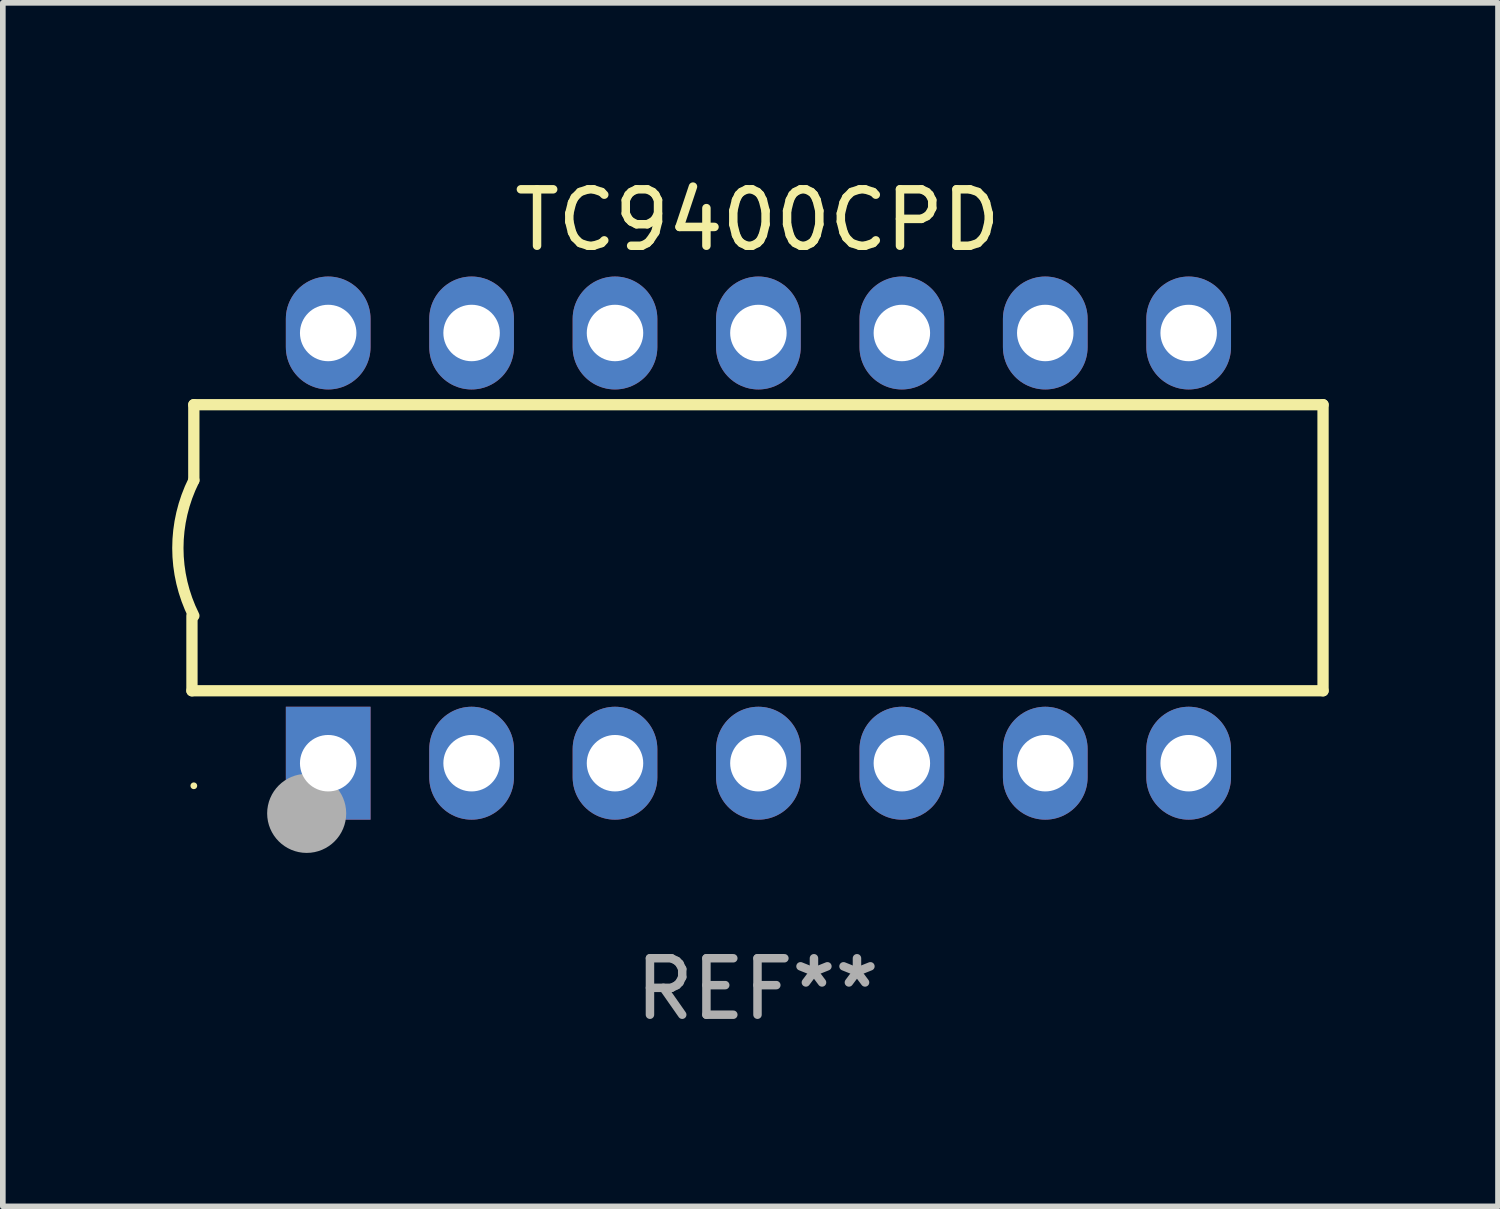
<source format=kicad_pcb>
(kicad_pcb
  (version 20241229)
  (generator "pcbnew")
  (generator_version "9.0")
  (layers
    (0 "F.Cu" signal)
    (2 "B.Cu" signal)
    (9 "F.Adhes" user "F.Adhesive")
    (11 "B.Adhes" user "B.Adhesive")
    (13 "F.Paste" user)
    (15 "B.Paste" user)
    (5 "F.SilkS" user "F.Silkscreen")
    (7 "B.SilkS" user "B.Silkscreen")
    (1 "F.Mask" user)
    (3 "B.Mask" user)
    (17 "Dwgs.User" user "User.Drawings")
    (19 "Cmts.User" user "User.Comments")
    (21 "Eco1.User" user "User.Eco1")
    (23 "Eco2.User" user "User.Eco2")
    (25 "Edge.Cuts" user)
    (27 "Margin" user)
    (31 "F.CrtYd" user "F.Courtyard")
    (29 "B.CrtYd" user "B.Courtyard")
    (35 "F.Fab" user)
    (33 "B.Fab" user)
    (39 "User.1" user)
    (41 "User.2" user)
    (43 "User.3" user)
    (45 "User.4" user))
  (footprint "TC9400CPD"
    (layer "F.Cu")
    (at 10.367 6.658)
    (property "Reference" "TC9400CPD" (at 0 -5.81 0) (layer "F.SilkS") (effects (font (size 1 1) (thickness 0.15))))
    (attr through_hole)
    (fp_line (start -10.017 2.527) (end -10.017 1.199) (stroke (width 0.2) (type solid)) (layer "F.SilkS"))
    (fp_line (start -9.984 -2.54) (end 10.017 -2.54) (stroke (width 0.2) (type solid)) (layer "F.SilkS"))
    (fp_line (start -9.984 -1.2) (end -9.984 -2.54) (stroke (width 0.2) (type solid)) (layer "F.SilkS"))
    (fp_line (start 10.017 -2.54) (end 10.017 2.527) (stroke (width 0.2) (type solid)) (layer "F.SilkS"))
    (fp_line (start 10.017 2.527) (end -10.017 2.527) (stroke (width 0.2) (type solid)) (layer "F.SilkS"))
    (fp_arc (start -9.983503 1.198882) (mid -10.266661 -0.000556) (end -9.983528 -1.2) (stroke (width 0.2) (type solid)) (layer "F.SilkS"))
    (fp_circle (center -9.984 4.21) (end -9.954 4.21) (stroke (width 0.06) (type solid)) (fill no) (layer "F.SilkS"))
    (fp_circle (center -7.985 4.699) (end -7.635 4.699) (stroke (width 0.7) (type solid)) (fill no) (layer "F.Fab"))
    (fp_text user "REF**" (at 0 7.81 0) (layer "F.Fab") (effects (font (size 1 1) (thickness 0.15))))
    (pad "1" thru_hole rect (at -7.604 3.81 90) (size 2 1.5) (drill 1) (layers "*.Cu" "*.Mask"))
    (pad "2" thru_hole oval (at -5.064 3.81 90) (size 2 1.5) (drill 1) (layers "*.Cu" "*.Mask"))
    (pad "3" thru_hole oval (at -2.524 3.81 90) (size 2 1.5) (drill 1) (layers "*.Cu" "*.Mask"))
    (pad "4" thru_hole oval (at 0.016 3.81 90) (size 2 1.5) (drill 1) (layers "*.Cu" "*.Mask"))
    (pad "5" thru_hole oval (at 2.557 3.81 90) (size 2 1.5) (drill 1) (layers "*.Cu" "*.Mask"))
    (pad "6" thru_hole oval (at 5.097 3.81 90) (size 2 1.5) (drill 1) (layers "*.Cu" "*.Mask"))
    (pad "7" thru_hole oval (at 7.637 3.81 90) (size 2 1.5) (drill 1) (layers "*.Cu" "*.Mask"))
    (pad "8" thru_hole oval (at 7.637 -3.81 90) (size 2 1.5) (drill 1) (layers "*.Cu" "*.Mask"))
    (pad "9" thru_hole oval (at 5.097 -3.81 90) (size 2 1.5) (drill 1) (layers "*.Cu" "*.Mask"))
    (pad "10" thru_hole oval (at 2.557 -3.81 90) (size 2 1.5) (drill 1) (layers "*.Cu" "*.Mask"))
    (pad "11" thru_hole oval (at 0.016 -3.81 90) (size 2 1.5) (drill 1) (layers "*.Cu" "*.Mask"))
    (pad "12" thru_hole oval (at -2.524 -3.81 90) (size 2 1.5) (drill 1) (layers "*.Cu" "*.Mask"))
    (pad "13" thru_hole oval (at -5.064 -3.81 90) (size 2 1.5) (drill 1) (layers "*.Cu" "*.Mask"))
    (pad "14" thru_hole oval (at -7.604 -3.81 90) (size 2 1.5) (drill 1) (layers "*.Cu" "*.Mask")))
  (gr_rect
    (start -3 -3)
    (end 23.483 18.317)
    (stroke (width 0.1) (type default))
    (fill no)
    (layer "Edge.Cuts")))
</source>
